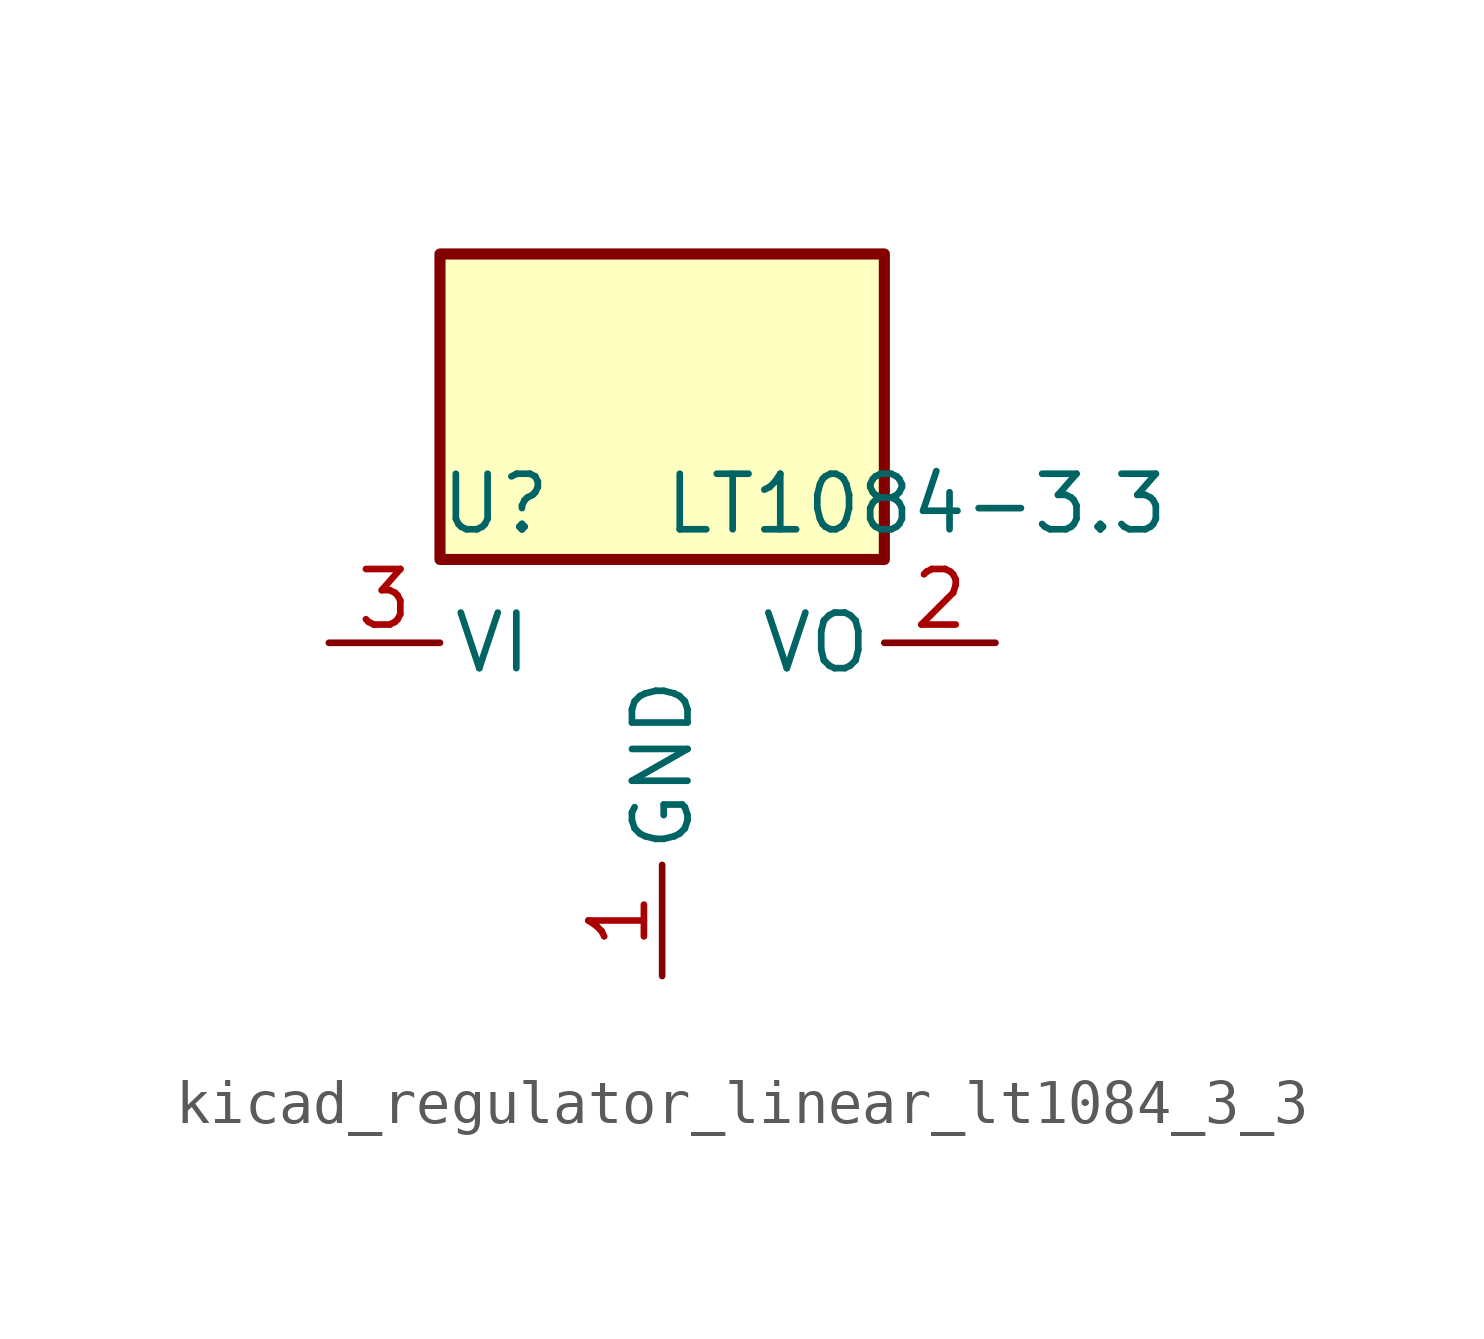
<source format=kicad_sym>
(kicad_symbol_lib
  (version 20220914)
  (generator kicad_symbol_editor)
  (symbol "kicad_regulator_linear_lt1084_3_3"
    (pin_names
      (offset 0.254))
    (property "Reference" "U"
      (at -3.81 3.175 0)
      (effects (font (size 1.27 1.27))))
    (property "Value" "LT1084-3.3"
      (at 0 3.175 0)
      (effects (font (size 1.27 1.27)) (justify left)))
    (symbol "kicad_regulator_linear_lt1084_3_3_0_1"
      (rectangle (start 5.08 8.89) (end -5.08 1.905) (stroke (width 0.254) (type default)) (fill (type background))))
    (symbol "kicad_regulator_linear_lt1084_3_3_1_1"
      (pin power_in line (at 0 -7.62 90) (length 2.54) (name "GND" (effects (font (size 1.27 1.27)))) (number "1" (effects (font (size 1.27 1.27)))))
      (pin power_out line (at 7.62 0 180) (length 2.54) (name "VO" (effects (font (size 1.27 1.27)))) (number "2" (effects (font (size 1.27 1.27)))))
      (pin power_in line (at -7.62 0 0) (length 2.54) (name "VI" (effects (font (size 1.27 1.27)))) (number "3" (effects (font (size 1.27 1.27))))))))
</source>
